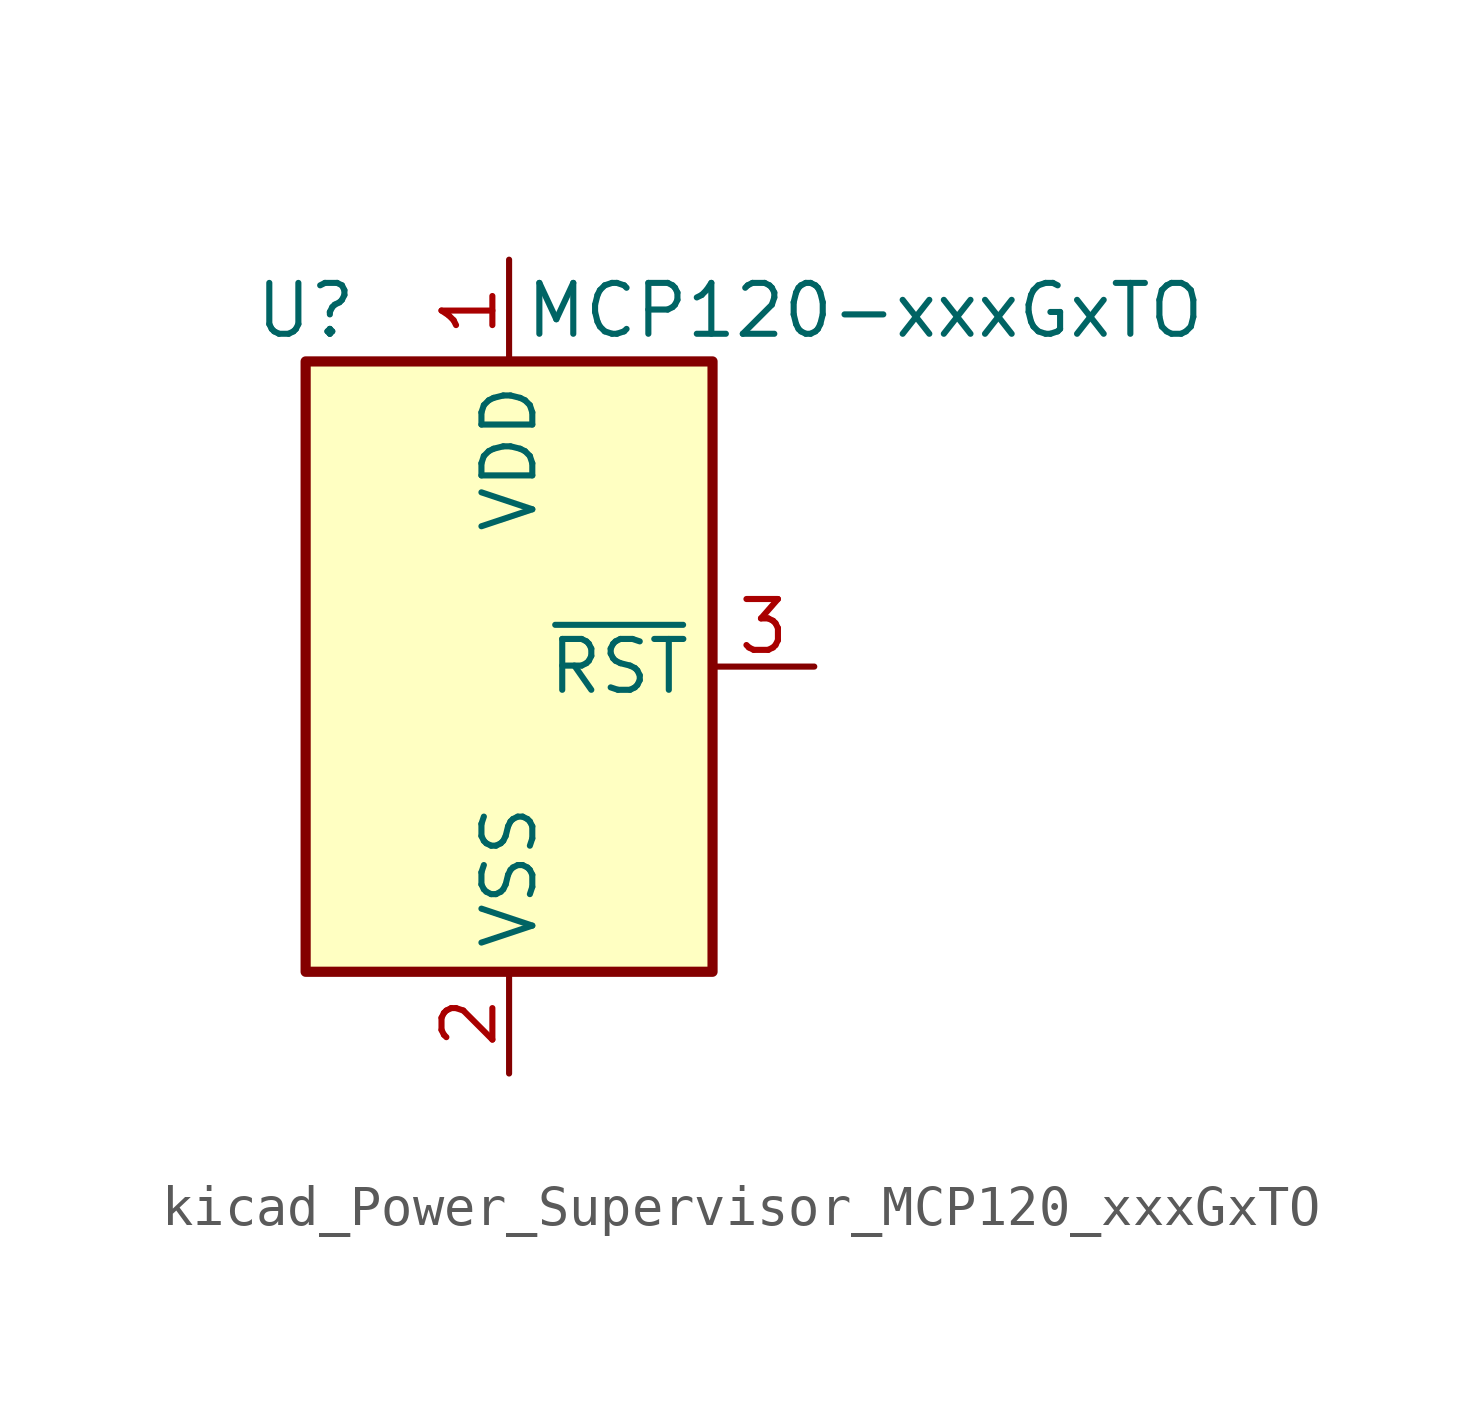
<source format=kicad_sym>
(kicad_symbol_lib
  (version 20220914)
  (generator kicad_symbol_editor)
  (symbol "kicad_Power_Supervisor_MCP120_xxxGxTO"
    (property "Reference" "U"
      (at -5.08 8.89 0)
      (effects (font (size 1.27 1.27))))
    (property "Value" "MCP120-xxxGxTO"
      (at 8.89 8.89 0)
      (effects (font (size 1.27 1.27))))
    (symbol "kicad_Power_Supervisor_MCP120_xxxGxTO_0_1"
      (rectangle (start 5.08 7.62) (end -5.08 -7.62) (stroke (width 0.254) (type default)) (fill (type background))))
    (symbol "kicad_Power_Supervisor_MCP120_xxxGxTO_1_1"
      (pin power_in line (at 0 10.16 270) (length 2.54) (name "VDD" (effects (font (size 1.27 1.27)))) (number "1" (effects (font (size 1.27 1.27)))))
      (pin power_in line (at 0 -10.16 90) (length 2.54) (name "VSS" (effects (font (size 1.27 1.27)))) (number "2" (effects (font (size 1.27 1.27)))))
      (pin open_collector line (at 7.62 0 180) (length 2.54) (name "~{RST}" (effects (font (size 1.27 1.27)))) (number "3" (effects (font (size 1.27 1.27))))))))
</source>
